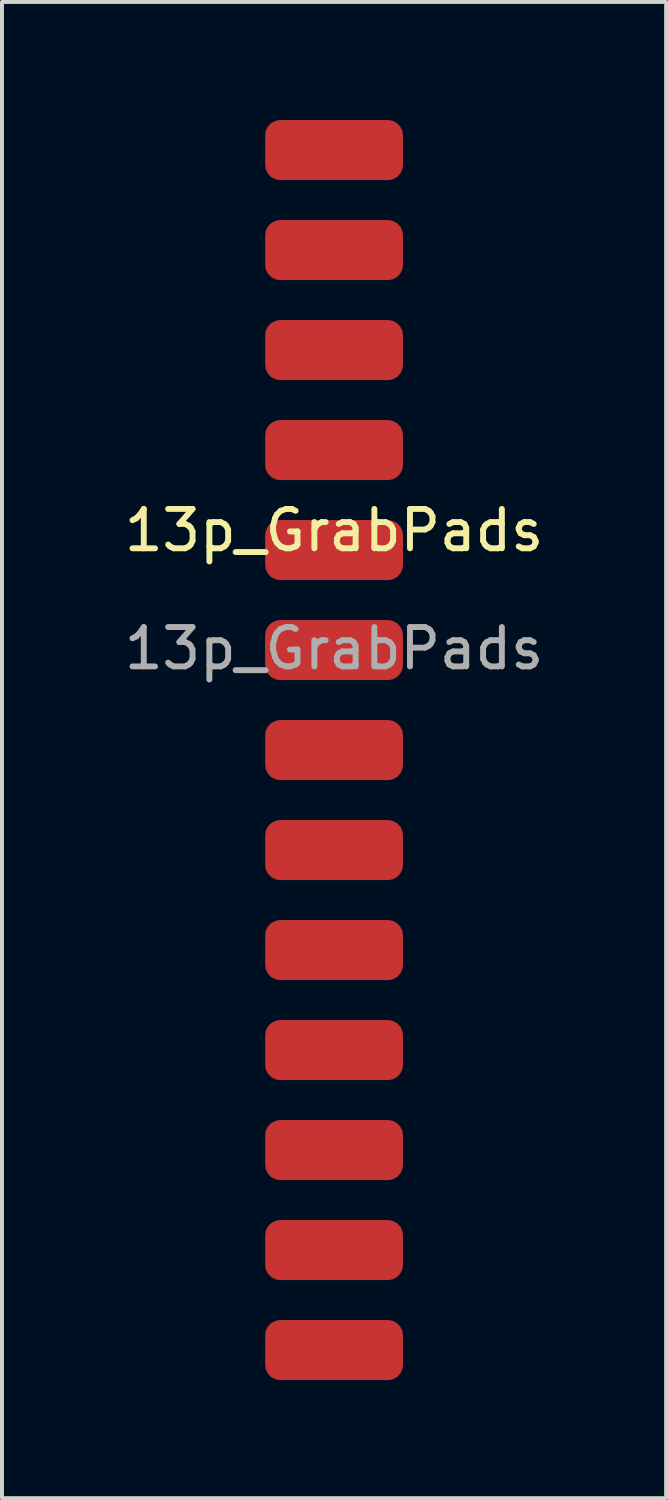
<source format=kicad_pcb>
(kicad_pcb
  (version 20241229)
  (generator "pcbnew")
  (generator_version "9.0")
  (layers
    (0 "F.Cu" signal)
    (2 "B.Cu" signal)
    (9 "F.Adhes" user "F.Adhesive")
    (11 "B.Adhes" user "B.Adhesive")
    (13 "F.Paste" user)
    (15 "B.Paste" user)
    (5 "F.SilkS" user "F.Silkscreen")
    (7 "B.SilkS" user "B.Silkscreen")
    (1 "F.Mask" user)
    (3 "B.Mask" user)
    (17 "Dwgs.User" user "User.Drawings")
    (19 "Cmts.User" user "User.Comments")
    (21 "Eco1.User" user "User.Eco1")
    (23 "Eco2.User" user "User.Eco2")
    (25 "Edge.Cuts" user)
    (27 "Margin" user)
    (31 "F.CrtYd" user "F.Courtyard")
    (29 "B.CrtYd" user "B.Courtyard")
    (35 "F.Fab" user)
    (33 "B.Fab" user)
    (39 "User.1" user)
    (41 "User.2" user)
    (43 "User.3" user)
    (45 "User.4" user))
  (footprint "13p_GrabPads"
    (layer "F.Cu")
    (at 5.435 10.922)
    (property "Reference" "13p_GrabPads" (at 0 -0.5 0) (unlocked yes) (layer "F.SilkS") (effects (font (size 1 1) (thickness 0.15))))
    (attr smd)
    (fp_text user "${REFERENCE}" (at 0 2.5 0) (unlocked yes) (layer "F.Fab") (effects (font (size 1 1) (thickness 0.15))))
    (pad "1" smd roundrect (at 0 -10.16) (size 3.5 1.524) (layers "F.Cu" "F.Mask" "F.Paste") (roundrect_rratio 0.25))
    (pad "2" smd roundrect (at 0 -7.62) (size 3.5 1.524) (layers "F.Cu" "F.Mask" "F.Paste") (roundrect_rratio 0.25))
    (pad "3" smd roundrect (at 0 -5.08) (size 3.5 1.524) (layers "F.Cu" "F.Mask" "F.Paste") (roundrect_rratio 0.25))
    (pad "4" smd roundrect (at 0 -2.54) (size 3.5 1.524) (layers "F.Cu" "F.Mask" "F.Paste") (roundrect_rratio 0.25))
    (pad "5" smd roundrect (at 0 0) (size 3.5 1.524) (layers "F.Cu" "F.Mask" "F.Paste") (roundrect_rratio 0.25))
    (pad "6" smd roundrect (at 0 2.54) (size 3.5 1.524) (layers "F.Cu" "F.Mask" "F.Paste") (roundrect_rratio 0.25))
    (pad "7" smd roundrect (at 0 5.08) (size 3.5 1.524) (layers "F.Cu" "F.Mask" "F.Paste") (roundrect_rratio 0.25))
    (pad "8" smd roundrect (at 0 7.62) (size 3.5 1.524) (layers "F.Cu" "F.Mask" "F.Paste") (roundrect_rratio 0.25))
    (pad "9" smd roundrect (at 0 10.16) (size 3.5 1.524) (layers "F.Cu" "F.Mask" "F.Paste") (roundrect_rratio 0.25))
    (pad "10" smd roundrect (at 0 12.7) (size 3.5 1.524) (layers "F.Cu" "F.Mask" "F.Paste") (roundrect_rratio 0.25))
    (pad "11" smd roundrect (at 0 15.24) (size 3.5 1.524) (layers "F.Cu" "F.Mask" "F.Paste") (roundrect_rratio 0.25))
    (pad "12" smd roundrect (at 0 17.78) (size 3.5 1.524) (layers "F.Cu" "F.Mask" "F.Paste") (roundrect_rratio 0.25))
    (pad "13" smd roundrect (at 0 20.32) (size 3.5 1.524) (layers "F.Cu" "F.Mask" "F.Paste") (roundrect_rratio 0.25)))
  (gr_rect
    (start -3 -3)
    (end 13.869 35.004)
    (stroke (width 0.1) (type default))
    (fill no)
    (layer "Edge.Cuts")))
</source>
